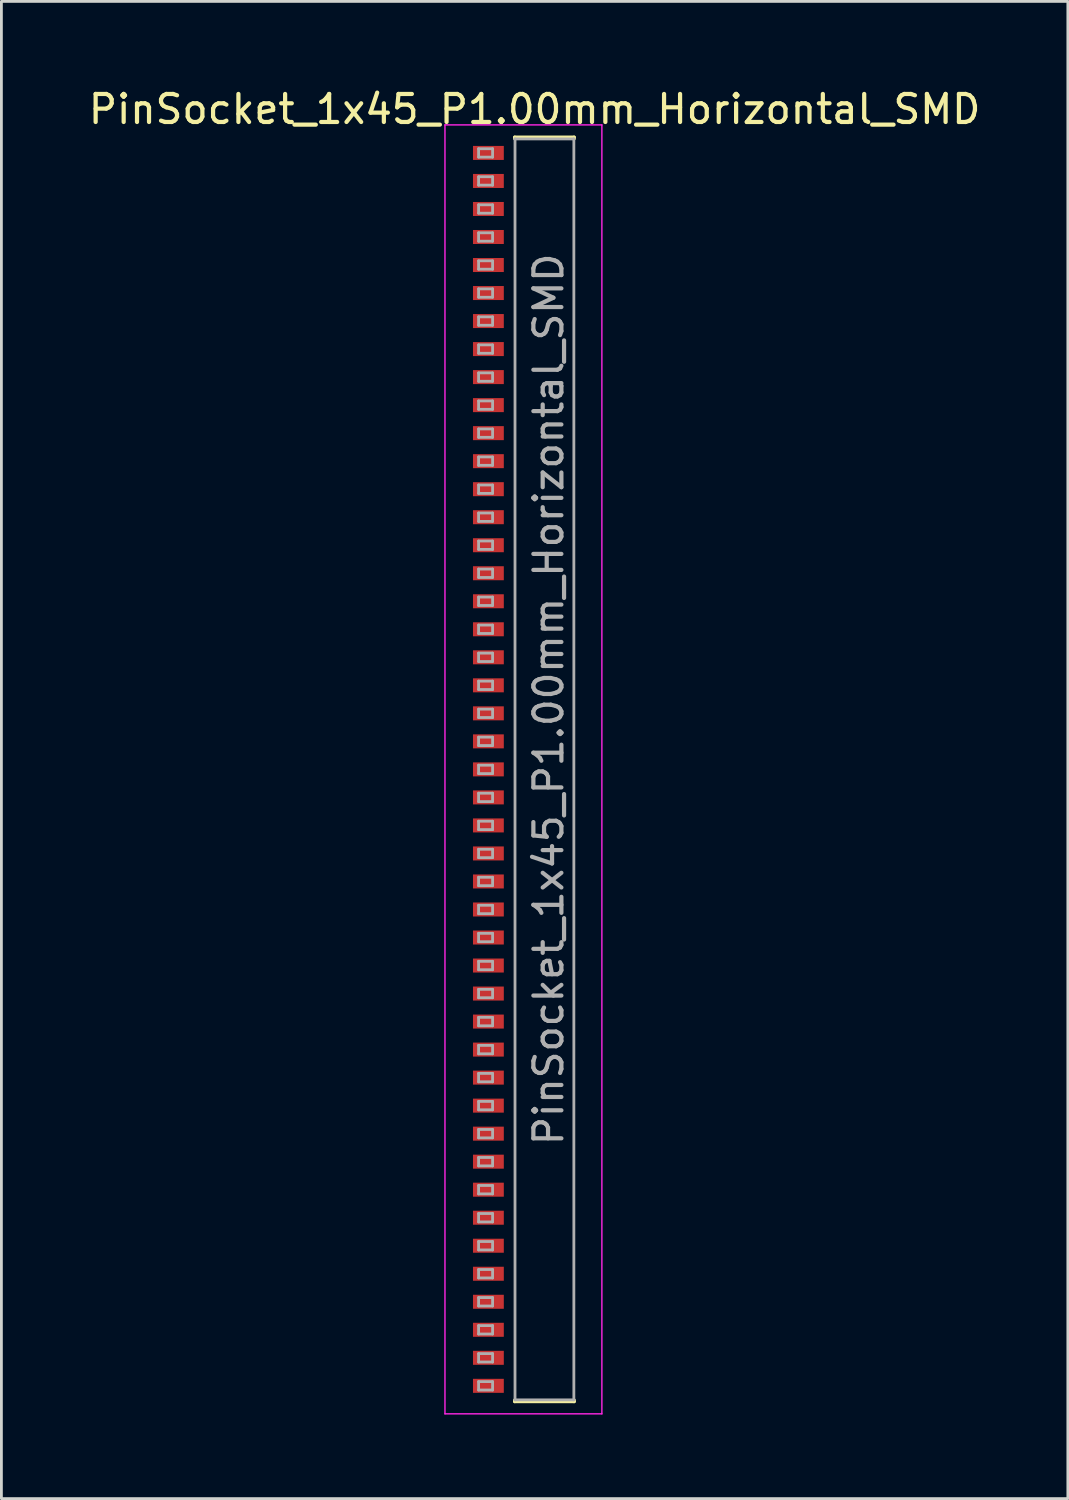
<source format=kicad_pcb>
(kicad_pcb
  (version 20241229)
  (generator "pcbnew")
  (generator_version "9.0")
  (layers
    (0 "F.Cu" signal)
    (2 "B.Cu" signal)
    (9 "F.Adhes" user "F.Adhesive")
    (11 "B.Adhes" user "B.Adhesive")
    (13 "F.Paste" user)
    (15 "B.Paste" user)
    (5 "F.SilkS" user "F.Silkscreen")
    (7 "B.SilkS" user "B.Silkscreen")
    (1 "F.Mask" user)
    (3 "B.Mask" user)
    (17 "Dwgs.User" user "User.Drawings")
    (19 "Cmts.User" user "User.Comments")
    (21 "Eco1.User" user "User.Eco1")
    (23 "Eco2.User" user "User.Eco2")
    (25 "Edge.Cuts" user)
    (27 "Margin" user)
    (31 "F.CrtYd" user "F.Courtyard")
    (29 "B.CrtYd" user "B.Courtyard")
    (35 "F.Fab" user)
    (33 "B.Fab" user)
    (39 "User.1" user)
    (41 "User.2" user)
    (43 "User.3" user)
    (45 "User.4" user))
  (footprint "PinSocket_1x45_P1.00mm_Horizontal_SMD"
    (layer "F.Cu")
    (at 16.03 24.408)
    (property "Reference" "PinSocket_1x45_P1.00mm_Horizontal_SMD" (at 0 -23.56 0) (layer "F.SilkS") (effects (font (size 1 1) (thickness 0.15))))
    (attr smd)
    (fp_line (start -0.71 -22.56) (end -0.71 -22.51) (stroke (width 0.12) (type solid)) (layer "F.SilkS"))
    (fp_line (start -0.71 -22.56) (end 1.41 -22.56) (stroke (width 0.12) (type solid)) (layer "F.SilkS"))
    (fp_line (start -0.71 22.51) (end -0.71 22.56) (stroke (width 0.12) (type solid)) (layer "F.SilkS"))
    (fp_line (start -0.71 22.56) (end 1.41 22.56) (stroke (width 0.12) (type solid)) (layer "F.SilkS"))
    (fp_line (start 1.41 -22.51) (end 1.41 -22.56) (stroke (width 0.12) (type solid)) (layer "F.SilkS"))
    (fp_line (start 1.41 22.51) (end 1.41 22.56) (stroke (width 0.12) (type solid)) (layer "F.SilkS"))
    (fp_line (start -3.2 -23) (end -3.2 23) (stroke (width 0.05) (type solid)) (layer "F.CrtYd"))
    (fp_line (start -3.2 23) (end 2.4 23) (stroke (width 0.05) (type solid)) (layer "F.CrtYd"))
    (fp_line (start 2.4 -23) (end -3.2 -23) (stroke (width 0.05) (type solid)) (layer "F.CrtYd"))
    (fp_line (start 2.4 23) (end 2.4 -23) (stroke (width 0.05) (type solid)) (layer "F.CrtYd"))
    (fp_line (start -2 -22.15) (end -2 -21.85) (stroke (width 0.1) (type default)) (layer "F.Fab"))
    (fp_line (start -2 -21.85) (end -1.5 -21.85) (stroke (width 0.1) (type default)) (layer "F.Fab"))
    (fp_line (start -2 -21.15) (end -2 -20.85) (stroke (width 0.1) (type default)) (layer "F.Fab"))
    (fp_line (start -2 -20.85) (end -1.5 -20.85) (stroke (width 0.1) (type default)) (layer "F.Fab"))
    (fp_line (start -2 -20.15) (end -2 -19.85) (stroke (width 0.1) (type default)) (layer "F.Fab"))
    (fp_line (start -2 -19.85) (end -1.5 -19.85) (stroke (width 0.1) (type default)) (layer "F.Fab"))
    (fp_line (start -2 -19.15) (end -2 -18.85) (stroke (width 0.1) (type default)) (layer "F.Fab"))
    (fp_line (start -2 -18.85) (end -1.5 -18.85) (stroke (width 0.1) (type default)) (layer "F.Fab"))
    (fp_line (start -2 -18.15) (end -2 -17.85) (stroke (width 0.1) (type default)) (layer "F.Fab"))
    (fp_line (start -2 -17.85) (end -1.5 -17.85) (stroke (width 0.1) (type default)) (layer "F.Fab"))
    (fp_line (start -2 -17.15) (end -2 -16.85) (stroke (width 0.1) (type default)) (layer "F.Fab"))
    (fp_line (start -2 -16.85) (end -1.5 -16.85) (stroke (width 0.1) (type default)) (layer "F.Fab"))
    (fp_line (start -2 -16.15) (end -2 -15.85) (stroke (width 0.1) (type default)) (layer "F.Fab"))
    (fp_line (start -2 -15.85) (end -1.5 -15.85) (stroke (width 0.1) (type default)) (layer "F.Fab"))
    (fp_line (start -2 -15.15) (end -2 -14.85) (stroke (width 0.1) (type default)) (layer "F.Fab"))
    (fp_line (start -2 -14.85) (end -1.5 -14.85) (stroke (width 0.1) (type default)) (layer "F.Fab"))
    (fp_line (start -2 -14.15) (end -2 -13.85) (stroke (width 0.1) (type default)) (layer "F.Fab"))
    (fp_line (start -2 -13.85) (end -1.5 -13.85) (stroke (width 0.1) (type default)) (layer "F.Fab"))
    (fp_line (start -2 -13.15) (end -2 -12.85) (stroke (width 0.1) (type default)) (layer "F.Fab"))
    (fp_line (start -2 -12.85) (end -1.5 -12.85) (stroke (width 0.1) (type default)) (layer "F.Fab"))
    (fp_line (start -2 -12.15) (end -2 -11.85) (stroke (width 0.1) (type default)) (layer "F.Fab"))
    (fp_line (start -2 -11.85) (end -1.5 -11.85) (stroke (width 0.1) (type default)) (layer "F.Fab"))
    (fp_line (start -2 -11.15) (end -2 -10.85) (stroke (width 0.1) (type default)) (layer "F.Fab"))
    (fp_line (start -2 -10.85) (end -1.5 -10.85) (stroke (width 0.1) (type default)) (layer "F.Fab"))
    (fp_line (start -2 -10.15) (end -2 -9.85) (stroke (width 0.1) (type default)) (layer "F.Fab"))
    (fp_line (start -2 -9.85) (end -1.5 -9.85) (stroke (width 0.1) (type default)) (layer "F.Fab"))
    (fp_line (start -2 -9.15) (end -2 -8.85) (stroke (width 0.1) (type default)) (layer "F.Fab"))
    (fp_line (start -2 -8.85) (end -1.5 -8.85) (stroke (width 0.1) (type default)) (layer "F.Fab"))
    (fp_line (start -2 -8.15) (end -2 -7.85) (stroke (width 0.1) (type default)) (layer "F.Fab"))
    (fp_line (start -2 -7.85) (end -1.5 -7.85) (stroke (width 0.1) (type default)) (layer "F.Fab"))
    (fp_line (start -2 -7.15) (end -2 -6.85) (stroke (width 0.1) (type default)) (layer "F.Fab"))
    (fp_line (start -2 -6.85) (end -1.5 -6.85) (stroke (width 0.1) (type default)) (layer "F.Fab"))
    (fp_line (start -2 -6.15) (end -2 -5.85) (stroke (width 0.1) (type default)) (layer "F.Fab"))
    (fp_line (start -2 -5.85) (end -1.5 -5.85) (stroke (width 0.1) (type default)) (layer "F.Fab"))
    (fp_line (start -2 -5.15) (end -2 -4.85) (stroke (width 0.1) (type default)) (layer "F.Fab"))
    (fp_line (start -2 -4.85) (end -1.5 -4.85) (stroke (width 0.1) (type default)) (layer "F.Fab"))
    (fp_line (start -2 -4.15) (end -2 -3.85) (stroke (width 0.1) (type default)) (layer "F.Fab"))
    (fp_line (start -2 -3.85) (end -1.5 -3.85) (stroke (width 0.1) (type default)) (layer "F.Fab"))
    (fp_line (start -2 -3.15) (end -2 -2.85) (stroke (width 0.1) (type default)) (layer "F.Fab"))
    (fp_line (start -2 -2.85) (end -1.5 -2.85) (stroke (width 0.1) (type default)) (layer "F.Fab"))
    (fp_line (start -2 -2.15) (end -2 -1.85) (stroke (width 0.1) (type default)) (layer "F.Fab"))
    (fp_line (start -2 -1.85) (end -1.5 -1.85) (stroke (width 0.1) (type default)) (layer "F.Fab"))
    (fp_line (start -2 -1.15) (end -2 -0.85) (stroke (width 0.1) (type default)) (layer "F.Fab"))
    (fp_line (start -2 -0.85) (end -1.5 -0.85) (stroke (width 0.1) (type default)) (layer "F.Fab"))
    (fp_line (start -2 -0.15) (end -2 0.15) (stroke (width 0.1) (type default)) (layer "F.Fab"))
    (fp_line (start -2 0.15) (end -1.5 0.15) (stroke (width 0.1) (type default)) (layer "F.Fab"))
    (fp_line (start -2 0.85) (end -2 1.15) (stroke (width 0.1) (type default)) (layer "F.Fab"))
    (fp_line (start -2 1.15) (end -1.5 1.15) (stroke (width 0.1) (type default)) (layer "F.Fab"))
    (fp_line (start -2 1.85) (end -2 2.15) (stroke (width 0.1) (type default)) (layer "F.Fab"))
    (fp_line (start -2 2.15) (end -1.5 2.15) (stroke (width 0.1) (type default)) (layer "F.Fab"))
    (fp_line (start -2 2.85) (end -2 3.15) (stroke (width 0.1) (type default)) (layer "F.Fab"))
    (fp_line (start -2 3.15) (end -1.5 3.15) (stroke (width 0.1) (type default)) (layer "F.Fab"))
    (fp_line (start -2 3.85) (end -2 4.15) (stroke (width 0.1) (type default)) (layer "F.Fab"))
    (fp_line (start -2 4.15) (end -1.5 4.15) (stroke (width 0.1) (type default)) (layer "F.Fab"))
    (fp_line (start -2 4.85) (end -2 5.15) (stroke (width 0.1) (type default)) (layer "F.Fab"))
    (fp_line (start -2 5.15) (end -1.5 5.15) (stroke (width 0.1) (type default)) (layer "F.Fab"))
    (fp_line (start -2 5.85) (end -2 6.15) (stroke (width 0.1) (type default)) (layer "F.Fab"))
    (fp_line (start -2 6.15) (end -1.5 6.15) (stroke (width 0.1) (type default)) (layer "F.Fab"))
    (fp_line (start -2 6.85) (end -2 7.15) (stroke (width 0.1) (type default)) (layer "F.Fab"))
    (fp_line (start -2 7.15) (end -1.5 7.15) (stroke (width 0.1) (type default)) (layer "F.Fab"))
    (fp_line (start -2 7.85) (end -2 8.15) (stroke (width 0.1) (type default)) (layer "F.Fab"))
    (fp_line (start -2 8.15) (end -1.5 8.15) (stroke (width 0.1) (type default)) (layer "F.Fab"))
    (fp_line (start -2 8.85) (end -2 9.15) (stroke (width 0.1) (type default)) (layer "F.Fab"))
    (fp_line (start -2 9.15) (end -1.5 9.15) (stroke (width 0.1) (type default)) (layer "F.Fab"))
    (fp_line (start -2 9.85) (end -2 10.15) (stroke (width 0.1) (type default)) (layer "F.Fab"))
    (fp_line (start -2 10.15) (end -1.5 10.15) (stroke (width 0.1) (type default)) (layer "F.Fab"))
    (fp_line (start -2 10.85) (end -2 11.15) (stroke (width 0.1) (type default)) (layer "F.Fab"))
    (fp_line (start -2 11.15) (end -1.5 11.15) (stroke (width 0.1) (type default)) (layer "F.Fab"))
    (fp_line (start -2 11.85) (end -2 12.15) (stroke (width 0.1) (type default)) (layer "F.Fab"))
    (fp_line (start -2 12.15) (end -1.5 12.15) (stroke (width 0.1) (type default)) (layer "F.Fab"))
    (fp_line (start -2 12.85) (end -2 13.15) (stroke (width 0.1) (type default)) (layer "F.Fab"))
    (fp_line (start -2 13.15) (end -1.5 13.15) (stroke (width 0.1) (type default)) (layer "F.Fab"))
    (fp_line (start -2 13.85) (end -2 14.15) (stroke (width 0.1) (type default)) (layer "F.Fab"))
    (fp_line (start -2 14.15) (end -1.5 14.15) (stroke (width 0.1) (type default)) (layer "F.Fab"))
    (fp_line (start -2 14.85) (end -2 15.15) (stroke (width 0.1) (type default)) (layer "F.Fab"))
    (fp_line (start -2 15.15) (end -1.5 15.15) (stroke (width 0.1) (type default)) (layer "F.Fab"))
    (fp_line (start -2 15.85) (end -2 16.15) (stroke (width 0.1) (type default)) (layer "F.Fab"))
    (fp_line (start -2 16.15) (end -1.5 16.15) (stroke (width 0.1) (type default)) (layer "F.Fab"))
    (fp_line (start -2 16.85) (end -2 17.15) (stroke (width 0.1) (type default)) (layer "F.Fab"))
    (fp_line (start -2 17.15) (end -1.5 17.15) (stroke (width 0.1) (type default)) (layer "F.Fab"))
    (fp_line (start -2 17.85) (end -2 18.15) (stroke (width 0.1) (type default)) (layer "F.Fab"))
    (fp_line (start -2 18.15) (end -1.5 18.15) (stroke (width 0.1) (type default)) (layer "F.Fab"))
    (fp_line (start -2 18.85) (end -2 19.15) (stroke (width 0.1) (type default)) (layer "F.Fab"))
    (fp_line (start -2 19.15) (end -1.5 19.15) (stroke (width 0.1) (type default)) (layer "F.Fab"))
    (fp_line (start -2 19.85) (end -2 20.15) (stroke (width 0.1) (type default)) (layer "F.Fab"))
    (fp_line (start -2 20.15) (end -1.5 20.15) (stroke (width 0.1) (type default)) (layer "F.Fab"))
    (fp_line (start -2 20.85) (end -2 21.15) (stroke (width 0.1) (type default)) (layer "F.Fab"))
    (fp_line (start -2 21.15) (end -1.5 21.15) (stroke (width 0.1) (type default)) (layer "F.Fab"))
    (fp_line (start -2 21.85) (end -2 22.15) (stroke (width 0.1) (type default)) (layer "F.Fab"))
    (fp_line (start -2 22.15) (end -1.5 22.15) (stroke (width 0.1) (type default)) (layer "F.Fab"))
    (fp_line (start -1.5 -22.15) (end -2 -22.15) (stroke (width 0.1) (type default)) (layer "F.Fab"))
    (fp_line (start -1.5 -22.15) (end -1.5 -21.85) (stroke (width 0.1) (type default)) (layer "F.Fab"))
    (fp_line (start -1.5 -21.15) (end -2 -21.15) (stroke (width 0.1) (type default)) (layer "F.Fab"))
    (fp_line (start -1.5 -21.15) (end -1.5 -20.85) (stroke (width 0.1) (type default)) (layer "F.Fab"))
    (fp_line (start -1.5 -20.15) (end -2 -20.15) (stroke (width 0.1) (type default)) (layer "F.Fab"))
    (fp_line (start -1.5 -20.15) (end -1.5 -19.85) (stroke (width 0.1) (type default)) (layer "F.Fab"))
    (fp_line (start -1.5 -19.15) (end -2 -19.15) (stroke (width 0.1) (type default)) (layer "F.Fab"))
    (fp_line (start -1.5 -19.15) (end -1.5 -18.85) (stroke (width 0.1) (type default)) (layer "F.Fab"))
    (fp_line (start -1.5 -18.15) (end -2 -18.15) (stroke (width 0.1) (type default)) (layer "F.Fab"))
    (fp_line (start -1.5 -18.15) (end -1.5 -17.85) (stroke (width 0.1) (type default)) (layer "F.Fab"))
    (fp_line (start -1.5 -17.15) (end -2 -17.15) (stroke (width 0.1) (type default)) (layer "F.Fab"))
    (fp_line (start -1.5 -17.15) (end -1.5 -16.85) (stroke (width 0.1) (type default)) (layer "F.Fab"))
    (fp_line (start -1.5 -16.15) (end -2 -16.15) (stroke (width 0.1) (type default)) (layer "F.Fab"))
    (fp_line (start -1.5 -16.15) (end -1.5 -15.85) (stroke (width 0.1) (type default)) (layer "F.Fab"))
    (fp_line (start -1.5 -15.15) (end -2 -15.15) (stroke (width 0.1) (type default)) (layer "F.Fab"))
    (fp_line (start -1.5 -15.15) (end -1.5 -14.85) (stroke (width 0.1) (type default)) (layer "F.Fab"))
    (fp_line (start -1.5 -14.15) (end -2 -14.15) (stroke (width 0.1) (type default)) (layer "F.Fab"))
    (fp_line (start -1.5 -14.15) (end -1.5 -13.85) (stroke (width 0.1) (type default)) (layer "F.Fab"))
    (fp_line (start -1.5 -13.15) (end -2 -13.15) (stroke (width 0.1) (type default)) (layer "F.Fab"))
    (fp_line (start -1.5 -13.15) (end -1.5 -12.85) (stroke (width 0.1) (type default)) (layer "F.Fab"))
    (fp_line (start -1.5 -12.15) (end -2 -12.15) (stroke (width 0.1) (type default)) (layer "F.Fab"))
    (fp_line (start -1.5 -12.15) (end -1.5 -11.85) (stroke (width 0.1) (type default)) (layer "F.Fab"))
    (fp_line (start -1.5 -11.15) (end -2 -11.15) (stroke (width 0.1) (type default)) (layer "F.Fab"))
    (fp_line (start -1.5 -11.15) (end -1.5 -10.85) (stroke (width 0.1) (type default)) (layer "F.Fab"))
    (fp_line (start -1.5 -10.15) (end -2 -10.15) (stroke (width 0.1) (type default)) (layer "F.Fab"))
    (fp_line (start -1.5 -10.15) (end -1.5 -9.85) (stroke (width 0.1) (type default)) (layer "F.Fab"))
    (fp_line (start -1.5 -9.15) (end -2 -9.15) (stroke (width 0.1) (type default)) (layer "F.Fab"))
    (fp_line (start -1.5 -9.15) (end -1.5 -8.85) (stroke (width 0.1) (type default)) (layer "F.Fab"))
    (fp_line (start -1.5 -8.15) (end -2 -8.15) (stroke (width 0.1) (type default)) (layer "F.Fab"))
    (fp_line (start -1.5 -8.15) (end -1.5 -7.85) (stroke (width 0.1) (type default)) (layer "F.Fab"))
    (fp_line (start -1.5 -7.15) (end -2 -7.15) (stroke (width 0.1) (type default)) (layer "F.Fab"))
    (fp_line (start -1.5 -7.15) (end -1.5 -6.85) (stroke (width 0.1) (type default)) (layer "F.Fab"))
    (fp_line (start -1.5 -6.15) (end -2 -6.15) (stroke (width 0.1) (type default)) (layer "F.Fab"))
    (fp_line (start -1.5 -6.15) (end -1.5 -5.85) (stroke (width 0.1) (type default)) (layer "F.Fab"))
    (fp_line (start -1.5 -5.15) (end -2 -5.15) (stroke (width 0.1) (type default)) (layer "F.Fab"))
    (fp_line (start -1.5 -5.15) (end -1.5 -4.85) (stroke (width 0.1) (type default)) (layer "F.Fab"))
    (fp_line (start -1.5 -4.15) (end -2 -4.15) (stroke (width 0.1) (type default)) (layer "F.Fab"))
    (fp_line (start -1.5 -4.15) (end -1.5 -3.85) (stroke (width 0.1) (type default)) (layer "F.Fab"))
    (fp_line (start -1.5 -3.15) (end -2 -3.15) (stroke (width 0.1) (type default)) (layer "F.Fab"))
    (fp_line (start -1.5 -3.15) (end -1.5 -2.85) (stroke (width 0.1) (type default)) (layer "F.Fab"))
    (fp_line (start -1.5 -2.15) (end -2 -2.15) (stroke (width 0.1) (type default)) (layer "F.Fab"))
    (fp_line (start -1.5 -2.15) (end -1.5 -1.85) (stroke (width 0.1) (type default)) (layer "F.Fab"))
    (fp_line (start -1.5 -1.15) (end -2 -1.15) (stroke (width 0.1) (type default)) (layer "F.Fab"))
    (fp_line (start -1.5 -1.15) (end -1.5 -0.85) (stroke (width 0.1) (type default)) (layer "F.Fab"))
    (fp_line (start -1.5 -0.15) (end -2 -0.15) (stroke (width 0.1) (type default)) (layer "F.Fab"))
    (fp_line (start -1.5 -0.15) (end -1.5 0.15) (stroke (width 0.1) (type default)) (layer "F.Fab"))
    (fp_line (start -1.5 0.85) (end -2 0.85) (stroke (width 0.1) (type default)) (layer "F.Fab"))
    (fp_line (start -1.5 0.85) (end -1.5 1.15) (stroke (width 0.1) (type default)) (layer "F.Fab"))
    (fp_line (start -1.5 1.85) (end -2 1.85) (stroke (width 0.1) (type default)) (layer "F.Fab"))
    (fp_line (start -1.5 1.85) (end -1.5 2.15) (stroke (width 0.1) (type default)) (layer "F.Fab"))
    (fp_line (start -1.5 2.85) (end -2 2.85) (stroke (width 0.1) (type default)) (layer "F.Fab"))
    (fp_line (start -1.5 2.85) (end -1.5 3.15) (stroke (width 0.1) (type default)) (layer "F.Fab"))
    (fp_line (start -1.5 3.85) (end -2 3.85) (stroke (width 0.1) (type default)) (layer "F.Fab"))
    (fp_line (start -1.5 3.85) (end -1.5 4.15) (stroke (width 0.1) (type default)) (layer "F.Fab"))
    (fp_line (start -1.5 4.85) (end -2 4.85) (stroke (width 0.1) (type default)) (layer "F.Fab"))
    (fp_line (start -1.5 4.85) (end -1.5 5.15) (stroke (width 0.1) (type default)) (layer "F.Fab"))
    (fp_line (start -1.5 5.85) (end -2 5.85) (stroke (width 0.1) (type default)) (layer "F.Fab"))
    (fp_line (start -1.5 5.85) (end -1.5 6.15) (stroke (width 0.1) (type default)) (layer "F.Fab"))
    (fp_line (start -1.5 6.85) (end -2 6.85) (stroke (width 0.1) (type default)) (layer "F.Fab"))
    (fp_line (start -1.5 6.85) (end -1.5 7.15) (stroke (width 0.1) (type default)) (layer "F.Fab"))
    (fp_line (start -1.5 7.85) (end -2 7.85) (stroke (width 0.1) (type default)) (layer "F.Fab"))
    (fp_line (start -1.5 7.85) (end -1.5 8.15) (stroke (width 0.1) (type default)) (layer "F.Fab"))
    (fp_line (start -1.5 8.85) (end -2 8.85) (stroke (width 0.1) (type default)) (layer "F.Fab"))
    (fp_line (start -1.5 8.85) (end -1.5 9.15) (stroke (width 0.1) (type default)) (layer "F.Fab"))
    (fp_line (start -1.5 9.85) (end -2 9.85) (stroke (width 0.1) (type default)) (layer "F.Fab"))
    (fp_line (start -1.5 9.85) (end -1.5 10.15) (stroke (width 0.1) (type default)) (layer "F.Fab"))
    (fp_line (start -1.5 10.85) (end -2 10.85) (stroke (width 0.1) (type default)) (layer "F.Fab"))
    (fp_line (start -1.5 10.85) (end -1.5 11.15) (stroke (width 0.1) (type default)) (layer "F.Fab"))
    (fp_line (start -1.5 11.85) (end -2 11.85) (stroke (width 0.1) (type default)) (layer "F.Fab"))
    (fp_line (start -1.5 11.85) (end -1.5 12.15) (stroke (width 0.1) (type default)) (layer "F.Fab"))
    (fp_line (start -1.5 12.85) (end -2 12.85) (stroke (width 0.1) (type default)) (layer "F.Fab"))
    (fp_line (start -1.5 12.85) (end -1.5 13.15) (stroke (width 0.1) (type default)) (layer "F.Fab"))
    (fp_line (start -1.5 13.85) (end -2 13.85) (stroke (width 0.1) (type default)) (layer "F.Fab"))
    (fp_line (start -1.5 13.85) (end -1.5 14.15) (stroke (width 0.1) (type default)) (layer "F.Fab"))
    (fp_line (start -1.5 14.85) (end -2 14.85) (stroke (width 0.1) (type default)) (layer "F.Fab"))
    (fp_line (start -1.5 14.85) (end -1.5 15.15) (stroke (width 0.1) (type default)) (layer "F.Fab"))
    (fp_line (start -1.5 15.85) (end -2 15.85) (stroke (width 0.1) (type default)) (layer "F.Fab"))
    (fp_line (start -1.5 15.85) (end -1.5 16.15) (stroke (width 0.1) (type default)) (layer "F.Fab"))
    (fp_line (start -1.5 16.85) (end -2 16.85) (stroke (width 0.1) (type default)) (layer "F.Fab"))
    (fp_line (start -1.5 16.85) (end -1.5 17.15) (stroke (width 0.1) (type default)) (layer "F.Fab"))
    (fp_line (start -1.5 17.85) (end -2 17.85) (stroke (width 0.1) (type default)) (layer "F.Fab"))
    (fp_line (start -1.5 17.85) (end -1.5 18.15) (stroke (width 0.1) (type default)) (layer "F.Fab"))
    (fp_line (start -1.5 18.85) (end -2 18.85) (stroke (width 0.1) (type default)) (layer "F.Fab"))
    (fp_line (start -1.5 18.85) (end -1.5 19.15) (stroke (width 0.1) (type default)) (layer "F.Fab"))
    (fp_line (start -1.5 19.85) (end -2 19.85) (stroke (width 0.1) (type default)) (layer "F.Fab"))
    (fp_line (start -1.5 19.85) (end -1.5 20.15) (stroke (width 0.1) (type default)) (layer "F.Fab"))
    (fp_line (start -1.5 20.85) (end -2 20.85) (stroke (width 0.1) (type default)) (layer "F.Fab"))
    (fp_line (start -1.5 20.85) (end -1.5 21.15) (stroke (width 0.1) (type default)) (layer "F.Fab"))
    (fp_line (start -1.5 21.85) (end -2 21.85) (stroke (width 0.1) (type default)) (layer "F.Fab"))
    (fp_line (start -1.5 21.85) (end -1.5 22.15) (stroke (width 0.1) (type default)) (layer "F.Fab"))
    (fp_line (start -0.7 -22.5) (end 1.4 -22.5) (stroke (width 0.1) (type solid)) (layer "F.Fab"))
    (fp_line (start -0.7 22.5) (end -0.7 -22.5) (stroke (width 0.1) (type solid)) (layer "F.Fab"))
    (fp_line (start 1.4 -22.5) (end 1.4 22.5) (stroke (width 0.1) (type solid)) (layer "F.Fab"))
    (fp_line (start 1.4 22.5) (end -0.7 22.5) (stroke (width 0.1) (type solid)) (layer "F.Fab"))
    (fp_text user "${REFERENCE}" (at 0.5 -2.5 90) (layer "F.Fab") (effects (font (size 1 1) (thickness 0.15))))
    (pad "1" smd rect (at -1.65 -22) (size 1.1 0.5) (layers "F.Cu" "F.Mask" "F.Paste"))
    (pad "2" smd rect (at -1.65 -21) (size 1.1 0.5) (layers "F.Cu" "F.Mask" "F.Paste"))
    (pad "3" smd rect (at -1.65 -20) (size 1.1 0.5) (layers "F.Cu" "F.Mask" "F.Paste"))
    (pad "4" smd rect (at -1.65 -19) (size 1.1 0.5) (layers "F.Cu" "F.Mask" "F.Paste"))
    (pad "5" smd rect (at -1.65 -18) (size 1.1 0.5) (layers "F.Cu" "F.Mask" "F.Paste"))
    (pad "6" smd rect (at -1.65 -17) (size 1.1 0.5) (layers "F.Cu" "F.Mask" "F.Paste"))
    (pad "7" smd rect (at -1.65 -16) (size 1.1 0.5) (layers "F.Cu" "F.Mask" "F.Paste"))
    (pad "8" smd rect (at -1.65 -15) (size 1.1 0.5) (layers "F.Cu" "F.Mask" "F.Paste"))
    (pad "9" smd rect (at -1.65 -14) (size 1.1 0.5) (layers "F.Cu" "F.Mask" "F.Paste"))
    (pad "10" smd rect (at -1.65 -13) (size 1.1 0.5) (layers "F.Cu" "F.Mask" "F.Paste"))
    (pad "11" smd rect (at -1.65 -12) (size 1.1 0.5) (layers "F.Cu" "F.Mask" "F.Paste"))
    (pad "12" smd rect (at -1.65 -11) (size 1.1 0.5) (layers "F.Cu" "F.Mask" "F.Paste"))
    (pad "13" smd rect (at -1.65 -10) (size 1.1 0.5) (layers "F.Cu" "F.Mask" "F.Paste"))
    (pad "14" smd rect (at -1.65 -9) (size 1.1 0.5) (layers "F.Cu" "F.Mask" "F.Paste"))
    (pad "15" smd rect (at -1.65 -8) (size 1.1 0.5) (layers "F.Cu" "F.Mask" "F.Paste"))
    (pad "16" smd rect (at -1.65 -7) (size 1.1 0.5) (layers "F.Cu" "F.Mask" "F.Paste"))
    (pad "17" smd rect (at -1.65 -6) (size 1.1 0.5) (layers "F.Cu" "F.Mask" "F.Paste"))
    (pad "18" smd rect (at -1.65 -5) (size 1.1 0.5) (layers "F.Cu" "F.Mask" "F.Paste"))
    (pad "19" smd rect (at -1.65 -4) (size 1.1 0.5) (layers "F.Cu" "F.Mask" "F.Paste"))
    (pad "20" smd rect (at -1.65 -3) (size 1.1 0.5) (layers "F.Cu" "F.Mask" "F.Paste"))
    (pad "21" smd rect (at -1.65 -2) (size 1.1 0.5) (layers "F.Cu" "F.Mask" "F.Paste"))
    (pad "22" smd rect (at -1.65 -1) (size 1.1 0.5) (layers "F.Cu" "F.Mask" "F.Paste"))
    (pad "23" smd rect (at -1.65 0) (size 1.1 0.5) (layers "F.Cu" "F.Mask" "F.Paste"))
    (pad "24" smd rect (at -1.65 1) (size 1.1 0.5) (layers "F.Cu" "F.Mask" "F.Paste"))
    (pad "25" smd rect (at -1.65 2) (size 1.1 0.5) (layers "F.Cu" "F.Mask" "F.Paste"))
    (pad "26" smd rect (at -1.65 3) (size 1.1 0.5) (layers "F.Cu" "F.Mask" "F.Paste"))
    (pad "27" smd rect (at -1.65 4) (size 1.1 0.5) (layers "F.Cu" "F.Mask" "F.Paste"))
    (pad "28" smd rect (at -1.65 5) (size 1.1 0.5) (layers "F.Cu" "F.Mask" "F.Paste"))
    (pad "29" smd rect (at -1.65 6) (size 1.1 0.5) (layers "F.Cu" "F.Mask" "F.Paste"))
    (pad "30" smd rect (at -1.65 7) (size 1.1 0.5) (layers "F.Cu" "F.Mask" "F.Paste"))
    (pad "31" smd rect (at -1.65 8) (size 1.1 0.5) (layers "F.Cu" "F.Mask" "F.Paste"))
    (pad "32" smd rect (at -1.65 9) (size 1.1 0.5) (layers "F.Cu" "F.Mask" "F.Paste"))
    (pad "33" smd rect (at -1.65 10) (size 1.1 0.5) (layers "F.Cu" "F.Mask" "F.Paste"))
    (pad "34" smd rect (at -1.65 11) (size 1.1 0.5) (layers "F.Cu" "F.Mask" "F.Paste"))
    (pad "35" smd rect (at -1.65 12) (size 1.1 0.5) (layers "F.Cu" "F.Mask" "F.Paste"))
    (pad "36" smd rect (at -1.65 13) (size 1.1 0.5) (layers "F.Cu" "F.Mask" "F.Paste"))
    (pad "37" smd rect (at -1.65 14) (size 1.1 0.5) (layers "F.Cu" "F.Mask" "F.Paste"))
    (pad "38" smd rect (at -1.65 15) (size 1.1 0.5) (layers "F.Cu" "F.Mask" "F.Paste"))
    (pad "39" smd rect (at -1.65 16) (size 1.1 0.5) (layers "F.Cu" "F.Mask" "F.Paste"))
    (pad "40" smd rect (at -1.65 17) (size 1.1 0.5) (layers "F.Cu" "F.Mask" "F.Paste"))
    (pad "41" smd rect (at -1.65 18) (size 1.1 0.5) (layers "F.Cu" "F.Mask" "F.Paste"))
    (pad "42" smd rect (at -1.65 19) (size 1.1 0.5) (layers "F.Cu" "F.Mask" "F.Paste"))
    (pad "43" smd rect (at -1.65 20) (size 1.1 0.5) (layers "F.Cu" "F.Mask" "F.Paste"))
    (pad "44" smd rect (at -1.65 21) (size 1.1 0.5) (layers "F.Cu" "F.Mask" "F.Paste"))
    (pad "45" smd rect (at -1.65 22) (size 1.1 0.5) (layers "F.Cu" "F.Mask" "F.Paste")))
  (gr_rect
    (start -3 -3)
    (end 35.06 50.433)
    (stroke (width 0.1) (type default))
    (fill no)
    (layer "Edge.Cuts")))
</source>
